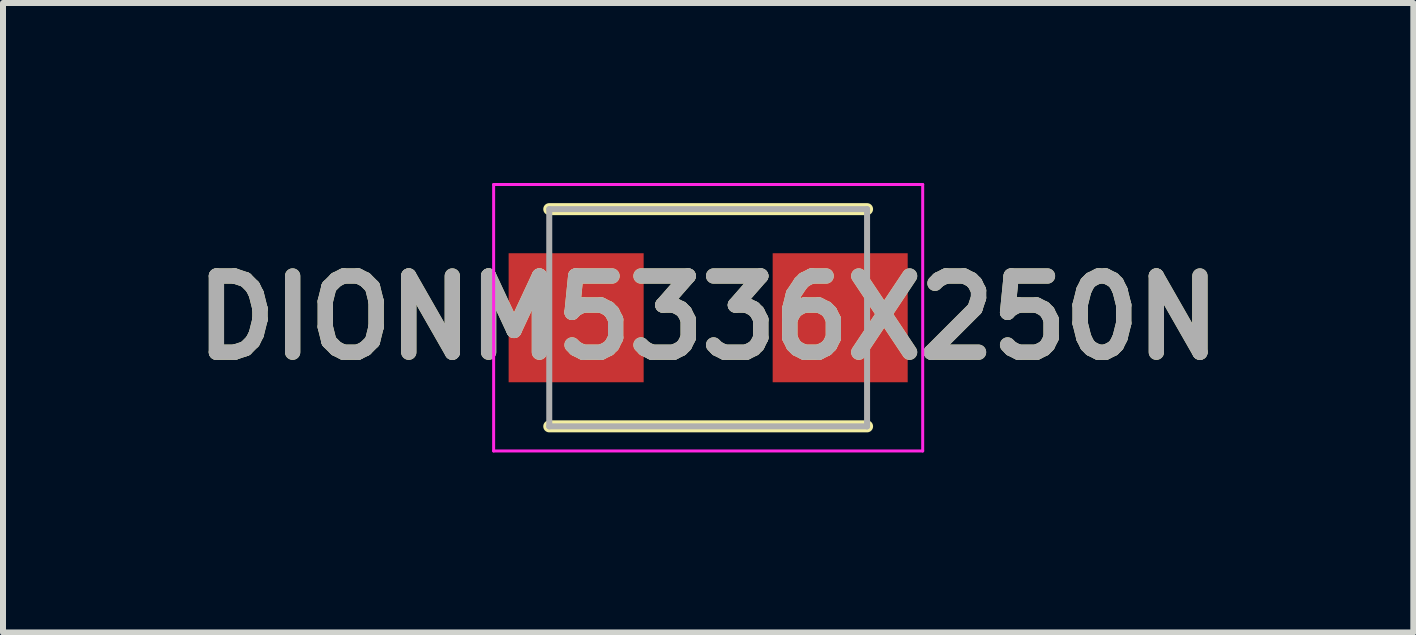
<source format=kicad_pcb>
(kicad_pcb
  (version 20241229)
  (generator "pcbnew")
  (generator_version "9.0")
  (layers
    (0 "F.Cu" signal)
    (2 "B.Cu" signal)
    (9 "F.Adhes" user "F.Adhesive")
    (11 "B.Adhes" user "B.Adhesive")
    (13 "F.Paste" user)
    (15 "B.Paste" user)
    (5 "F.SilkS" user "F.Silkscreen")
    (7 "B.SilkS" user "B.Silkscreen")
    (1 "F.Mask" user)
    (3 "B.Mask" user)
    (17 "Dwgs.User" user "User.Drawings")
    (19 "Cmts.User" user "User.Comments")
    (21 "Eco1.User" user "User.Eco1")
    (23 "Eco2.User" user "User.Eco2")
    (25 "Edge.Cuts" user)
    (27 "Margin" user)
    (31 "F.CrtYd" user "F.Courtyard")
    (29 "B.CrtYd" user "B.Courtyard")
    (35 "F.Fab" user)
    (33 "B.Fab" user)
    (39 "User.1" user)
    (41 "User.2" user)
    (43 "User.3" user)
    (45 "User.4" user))
  (footprint "DIONM5336X250N"
    (layer "F.Cu")
    (at 8.751 2.245)
    (property "Reference" "DIONM5336X250N" (at 0 0 0) (layer "F.SilkS") (effects (font (size 1.27 1.27) (thickness 0.254))))
    (attr smd)
    (fp_line (start -2.648 1.81) (end 2.648 1.81) (stroke (width 0.2) (type solid)) (layer "F.SilkS"))
    (fp_line (start 2.648 -1.81) (end -2.648 -1.81) (stroke (width 0.2) (type solid)) (layer "F.SilkS"))
    (fp_line (start -3.575 -2.22) (end 3.575 -2.22) (stroke (width 0.05) (type solid)) (layer "F.CrtYd"))
    (fp_line (start -3.575 2.22) (end -3.575 -2.22) (stroke (width 0.05) (type solid)) (layer "F.CrtYd"))
    (fp_line (start 3.575 -2.22) (end 3.575 2.22) (stroke (width 0.05) (type solid)) (layer "F.CrtYd"))
    (fp_line (start 3.575 2.22) (end -3.575 2.22) (stroke (width 0.05) (type solid)) (layer "F.CrtYd"))
    (fp_line (start -2.648 -1.81) (end 2.648 -1.81) (stroke (width 0.1) (type solid)) (layer "F.Fab"))
    (fp_line (start -2.648 1.81) (end -2.648 -1.81) (stroke (width 0.1) (type solid)) (layer "F.Fab"))
    (fp_line (start 2.648 -1.81) (end 2.648 1.81) (stroke (width 0.1) (type solid)) (layer "F.Fab"))
    (fp_line (start 2.648 1.81) (end -2.648 1.81) (stroke (width 0.1) (type solid)) (layer "F.Fab"))
    (fp_text user "${REFERENCE}" (at 0 0 0) (layer "F.Fab") (effects (font (size 1.27 1.27) (thickness 0.254))))
    (pad "1" smd rect (at -2.2 0 90) (size 2.15 2.25) (layers "F.Cu" "F.Mask" "F.Paste"))
    (pad "2" smd rect (at 2.2 0 90) (size 2.15 2.25) (layers "F.Cu" "F.Mask" "F.Paste")))
  (gr_rect
    (start -3 -3)
    (end 20.502 7.49)
    (stroke (width 0.1) (type default))
    (fill no)
    (layer "Edge.Cuts")))
</source>
